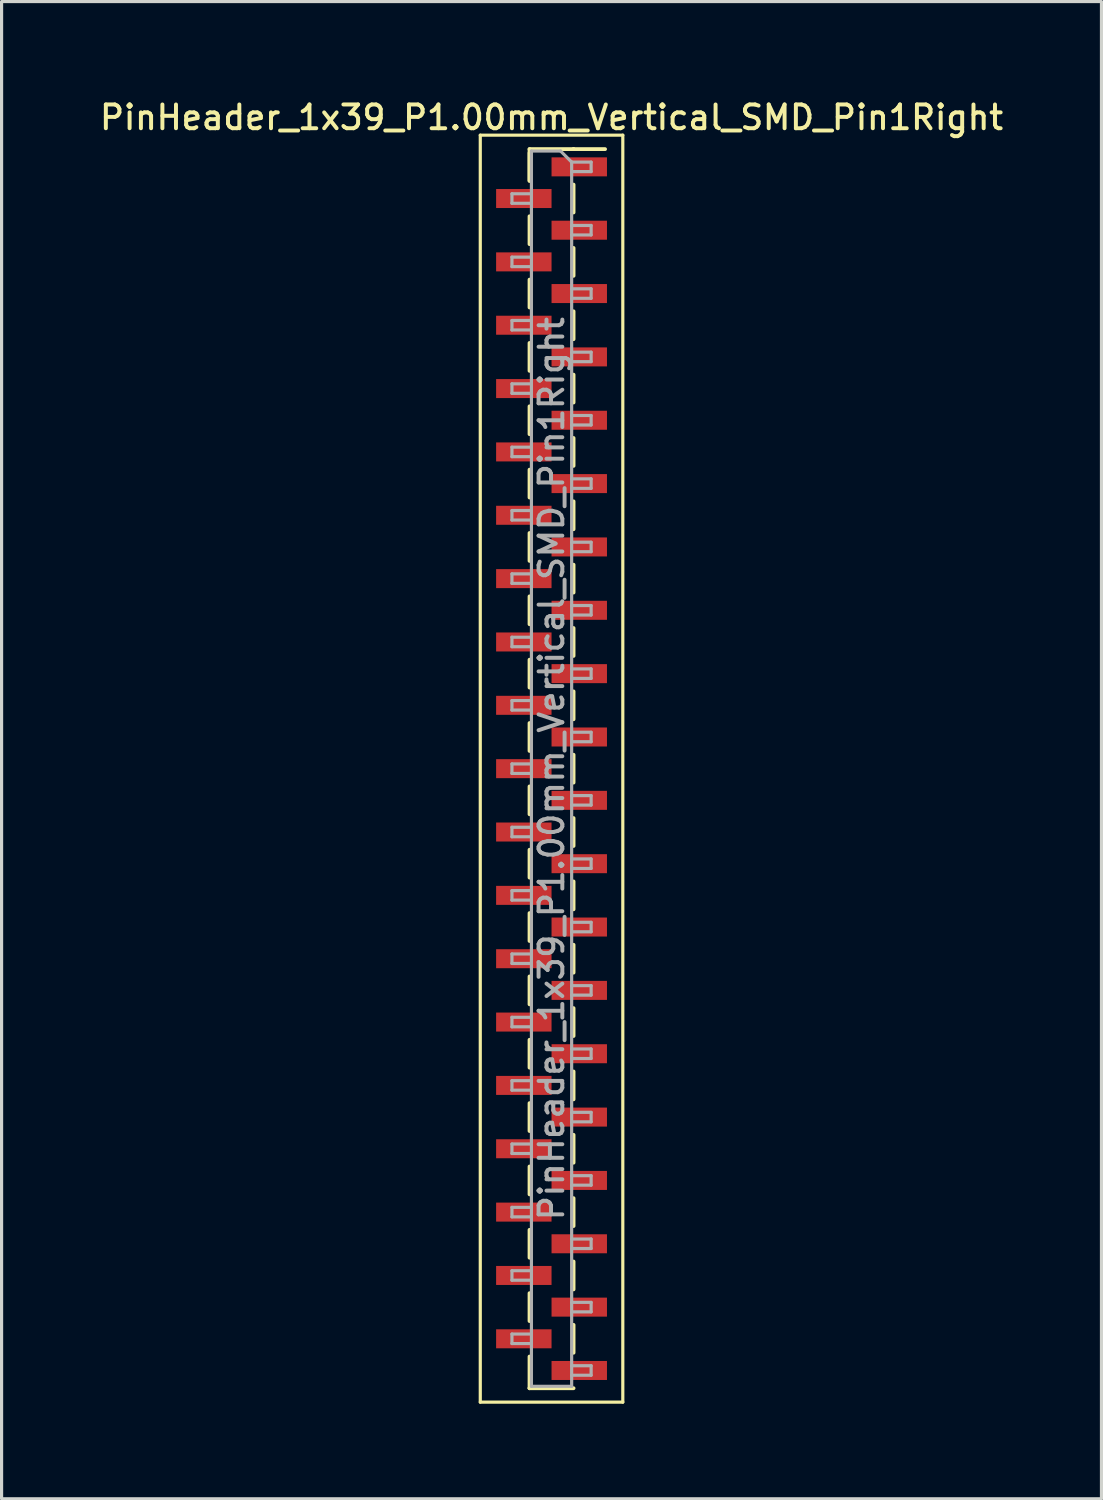
<source format=kicad_pcb>
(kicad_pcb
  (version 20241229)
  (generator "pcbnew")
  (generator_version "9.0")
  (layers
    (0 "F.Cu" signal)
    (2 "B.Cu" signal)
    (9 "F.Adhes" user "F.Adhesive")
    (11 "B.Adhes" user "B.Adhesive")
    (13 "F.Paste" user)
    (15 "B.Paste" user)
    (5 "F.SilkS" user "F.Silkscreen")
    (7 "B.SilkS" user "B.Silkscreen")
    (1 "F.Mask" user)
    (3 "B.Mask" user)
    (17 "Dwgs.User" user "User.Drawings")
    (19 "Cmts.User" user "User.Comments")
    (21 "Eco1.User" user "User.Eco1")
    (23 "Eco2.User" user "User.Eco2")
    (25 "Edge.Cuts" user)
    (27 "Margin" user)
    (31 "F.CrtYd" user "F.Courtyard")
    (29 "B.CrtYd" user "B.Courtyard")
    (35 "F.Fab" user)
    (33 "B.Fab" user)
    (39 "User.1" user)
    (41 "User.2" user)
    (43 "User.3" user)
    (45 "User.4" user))
  (footprint "PinHeader_1x39_P1.00mm_Vertical_SMD_Pin1Right"
    (layer "F.Cu")
    (at 14.363 21.218)
    (property "Reference" "PinHeader_1x39_P1.00mm_Vertical_SMD_Pin1Right" (at 0 -20.56 0) (layer "F.SilkS") (effects (font (size 0.75 0.75) (thickness 0.125))))
    (attr smd)
    (fp_line (start -2.25 -20) (end -2.25 20) (stroke (width 0.1) (type solid)) (layer "F.SilkS"))
    (fp_line (start -2.25 20) (end 2.25 20) (stroke (width 0.1) (type solid)) (layer "F.SilkS"))
    (fp_line (start -0.695 -19.56) (end -0.695 -18.56) (stroke (width 0.12) (type solid)) (layer "F.SilkS"))
    (fp_line (start -0.695 -19.56) (end 0.695 -19.56) (stroke (width 0.12) (type solid)) (layer "F.SilkS"))
    (fp_line (start -0.695 -19.44) (end -0.695 -18.56) (stroke (width 0.12) (type solid)) (layer "F.SilkS"))
    (fp_line (start -0.695 -17.44) (end -0.695 -16.56) (stroke (width 0.12) (type solid)) (layer "F.SilkS"))
    (fp_line (start -0.695 -15.44) (end -0.695 -14.56) (stroke (width 0.12) (type solid)) (layer "F.SilkS"))
    (fp_line (start -0.695 -13.44) (end -0.695 -12.56) (stroke (width 0.12) (type solid)) (layer "F.SilkS"))
    (fp_line (start -0.695 -11.44) (end -0.695 -10.56) (stroke (width 0.12) (type solid)) (layer "F.SilkS"))
    (fp_line (start -0.695 -9.44) (end -0.695 -8.56) (stroke (width 0.12) (type solid)) (layer "F.SilkS"))
    (fp_line (start -0.695 -7.44) (end -0.695 -6.56) (stroke (width 0.12) (type solid)) (layer "F.SilkS"))
    (fp_line (start -0.695 -5.44) (end -0.695 -4.56) (stroke (width 0.12) (type solid)) (layer "F.SilkS"))
    (fp_line (start -0.695 -3.44) (end -0.695 -2.56) (stroke (width 0.12) (type solid)) (layer "F.SilkS"))
    (fp_line (start -0.695 -1.44) (end -0.695 -0.56) (stroke (width 0.12) (type solid)) (layer "F.SilkS"))
    (fp_line (start -0.695 0.56) (end -0.695 1.44) (stroke (width 0.12) (type solid)) (layer "F.SilkS"))
    (fp_line (start -0.695 2.56) (end -0.695 3.44) (stroke (width 0.12) (type solid)) (layer "F.SilkS"))
    (fp_line (start -0.695 4.56) (end -0.695 5.44) (stroke (width 0.12) (type solid)) (layer "F.SilkS"))
    (fp_line (start -0.695 6.56) (end -0.695 7.44) (stroke (width 0.12) (type solid)) (layer "F.SilkS"))
    (fp_line (start -0.695 8.56) (end -0.695 9.44) (stroke (width 0.12) (type solid)) (layer "F.SilkS"))
    (fp_line (start -0.695 10.56) (end -0.695 11.44) (stroke (width 0.12) (type solid)) (layer "F.SilkS"))
    (fp_line (start -0.695 12.56) (end -0.695 13.44) (stroke (width 0.12) (type solid)) (layer "F.SilkS"))
    (fp_line (start -0.695 14.56) (end -0.695 15.44) (stroke (width 0.12) (type solid)) (layer "F.SilkS"))
    (fp_line (start -0.695 16.56) (end -0.695 17.44) (stroke (width 0.12) (type solid)) (layer "F.SilkS"))
    (fp_line (start -0.695 18.56) (end -0.695 19.56) (stroke (width 0.12) (type solid)) (layer "F.SilkS"))
    (fp_line (start -0.695 19.56) (end -0.695 19.56) (stroke (width 0.12) (type solid)) (layer "F.SilkS"))
    (fp_line (start -0.695 19.56) (end 0.695 19.56) (stroke (width 0.12) (type solid)) (layer "F.SilkS"))
    (fp_line (start 0.695 -19.56) (end 0.695 -19.56) (stroke (width 0.12) (type solid)) (layer "F.SilkS"))
    (fp_line (start 0.695 -19.56) (end 1.69 -19.56) (stroke (width 0.12) (type solid)) (layer "F.SilkS"))
    (fp_line (start 0.695 -18.44) (end 0.695 -17.56) (stroke (width 0.12) (type solid)) (layer "F.SilkS"))
    (fp_line (start 0.695 -16.44) (end 0.695 -15.56) (stroke (width 0.12) (type solid)) (layer "F.SilkS"))
    (fp_line (start 0.695 -14.44) (end 0.695 -13.56) (stroke (width 0.12) (type solid)) (layer "F.SilkS"))
    (fp_line (start 0.695 -12.44) (end 0.695 -11.56) (stroke (width 0.12) (type solid)) (layer "F.SilkS"))
    (fp_line (start 0.695 -10.44) (end 0.695 -9.56) (stroke (width 0.12) (type solid)) (layer "F.SilkS"))
    (fp_line (start 0.695 -8.44) (end 0.695 -7.56) (stroke (width 0.12) (type solid)) (layer "F.SilkS"))
    (fp_line (start 0.695 -6.44) (end 0.695 -5.56) (stroke (width 0.12) (type solid)) (layer "F.SilkS"))
    (fp_line (start 0.695 -4.44) (end 0.695 -3.56) (stroke (width 0.12) (type solid)) (layer "F.SilkS"))
    (fp_line (start 0.695 -2.44) (end 0.695 -1.56) (stroke (width 0.12) (type solid)) (layer "F.SilkS"))
    (fp_line (start 0.695 -0.44) (end 0.695 0.44) (stroke (width 0.12) (type solid)) (layer "F.SilkS"))
    (fp_line (start 0.695 1.56) (end 0.695 2.44) (stroke (width 0.12) (type solid)) (layer "F.SilkS"))
    (fp_line (start 0.695 3.56) (end 0.695 4.44) (stroke (width 0.12) (type solid)) (layer "F.SilkS"))
    (fp_line (start 0.695 5.56) (end 0.695 6.44) (stroke (width 0.12) (type solid)) (layer "F.SilkS"))
    (fp_line (start 0.695 7.56) (end 0.695 8.44) (stroke (width 0.12) (type solid)) (layer "F.SilkS"))
    (fp_line (start 0.695 9.56) (end 0.695 10.44) (stroke (width 0.12) (type solid)) (layer "F.SilkS"))
    (fp_line (start 0.695 11.56) (end 0.695 12.44) (stroke (width 0.12) (type solid)) (layer "F.SilkS"))
    (fp_line (start 0.695 13.56) (end 0.695 14.44) (stroke (width 0.12) (type solid)) (layer "F.SilkS"))
    (fp_line (start 0.695 15.56) (end 0.695 16.44) (stroke (width 0.12) (type solid)) (layer "F.SilkS"))
    (fp_line (start 0.695 17.56) (end 0.695 18.44) (stroke (width 0.12) (type solid)) (layer "F.SilkS"))
    (fp_line (start 2.25 -20) (end -2.25 -20) (stroke (width 0.1) (type solid)) (layer "F.SilkS"))
    (fp_line (start 2.25 20) (end 2.25 -20) (stroke (width 0.1) (type solid)) (layer "F.SilkS"))
    (fp_line (start -1.25 -18.15) (end -1.25 -17.85) (stroke (width 0.1) (type solid)) (layer "F.Fab"))
    (fp_line (start -1.25 -17.85) (end -0.635 -17.85) (stroke (width 0.1) (type solid)) (layer "F.Fab"))
    (fp_line (start -1.25 -16.15) (end -1.25 -15.85) (stroke (width 0.1) (type solid)) (layer "F.Fab"))
    (fp_line (start -1.25 -15.85) (end -0.635 -15.85) (stroke (width 0.1) (type solid)) (layer "F.Fab"))
    (fp_line (start -1.25 -14.15) (end -1.25 -13.85) (stroke (width 0.1) (type solid)) (layer "F.Fab"))
    (fp_line (start -1.25 -13.85) (end -0.635 -13.85) (stroke (width 0.1) (type solid)) (layer "F.Fab"))
    (fp_line (start -1.25 -12.15) (end -1.25 -11.85) (stroke (width 0.1) (type solid)) (layer "F.Fab"))
    (fp_line (start -1.25 -11.85) (end -0.635 -11.85) (stroke (width 0.1) (type solid)) (layer "F.Fab"))
    (fp_line (start -1.25 -10.15) (end -1.25 -9.85) (stroke (width 0.1) (type solid)) (layer "F.Fab"))
    (fp_line (start -1.25 -9.85) (end -0.635 -9.85) (stroke (width 0.1) (type solid)) (layer "F.Fab"))
    (fp_line (start -1.25 -8.15) (end -1.25 -7.85) (stroke (width 0.1) (type solid)) (layer "F.Fab"))
    (fp_line (start -1.25 -7.85) (end -0.635 -7.85) (stroke (width 0.1) (type solid)) (layer "F.Fab"))
    (fp_line (start -1.25 -6.15) (end -1.25 -5.85) (stroke (width 0.1) (type solid)) (layer "F.Fab"))
    (fp_line (start -1.25 -5.85) (end -0.635 -5.85) (stroke (width 0.1) (type solid)) (layer "F.Fab"))
    (fp_line (start -1.25 -4.15) (end -1.25 -3.85) (stroke (width 0.1) (type solid)) (layer "F.Fab"))
    (fp_line (start -1.25 -3.85) (end -0.635 -3.85) (stroke (width 0.1) (type solid)) (layer "F.Fab"))
    (fp_line (start -1.25 -2.15) (end -1.25 -1.85) (stroke (width 0.1) (type solid)) (layer "F.Fab"))
    (fp_line (start -1.25 -1.85) (end -0.635 -1.85) (stroke (width 0.1) (type solid)) (layer "F.Fab"))
    (fp_line (start -1.25 -0.15) (end -1.25 0.15) (stroke (width 0.1) (type solid)) (layer "F.Fab"))
    (fp_line (start -1.25 0.15) (end -0.635 0.15) (stroke (width 0.1) (type solid)) (layer "F.Fab"))
    (fp_line (start -1.25 1.85) (end -1.25 2.15) (stroke (width 0.1) (type solid)) (layer "F.Fab"))
    (fp_line (start -1.25 2.15) (end -0.635 2.15) (stroke (width 0.1) (type solid)) (layer "F.Fab"))
    (fp_line (start -1.25 3.85) (end -1.25 4.15) (stroke (width 0.1) (type solid)) (layer "F.Fab"))
    (fp_line (start -1.25 4.15) (end -0.635 4.15) (stroke (width 0.1) (type solid)) (layer "F.Fab"))
    (fp_line (start -1.25 5.85) (end -1.25 6.15) (stroke (width 0.1) (type solid)) (layer "F.Fab"))
    (fp_line (start -1.25 6.15) (end -0.635 6.15) (stroke (width 0.1) (type solid)) (layer "F.Fab"))
    (fp_line (start -1.25 7.85) (end -1.25 8.15) (stroke (width 0.1) (type solid)) (layer "F.Fab"))
    (fp_line (start -1.25 8.15) (end -0.635 8.15) (stroke (width 0.1) (type solid)) (layer "F.Fab"))
    (fp_line (start -1.25 9.85) (end -1.25 10.15) (stroke (width 0.1) (type solid)) (layer "F.Fab"))
    (fp_line (start -1.25 10.15) (end -0.635 10.15) (stroke (width 0.1) (type solid)) (layer "F.Fab"))
    (fp_line (start -1.25 11.85) (end -1.25 12.15) (stroke (width 0.1) (type solid)) (layer "F.Fab"))
    (fp_line (start -1.25 12.15) (end -0.635 12.15) (stroke (width 0.1) (type solid)) (layer "F.Fab"))
    (fp_line (start -1.25 13.85) (end -1.25 14.15) (stroke (width 0.1) (type solid)) (layer "F.Fab"))
    (fp_line (start -1.25 14.15) (end -0.635 14.15) (stroke (width 0.1) (type solid)) (layer "F.Fab"))
    (fp_line (start -1.25 15.85) (end -1.25 16.15) (stroke (width 0.1) (type solid)) (layer "F.Fab"))
    (fp_line (start -1.25 16.15) (end -0.635 16.15) (stroke (width 0.1) (type solid)) (layer "F.Fab"))
    (fp_line (start -1.25 17.85) (end -1.25 18.15) (stroke (width 0.1) (type solid)) (layer "F.Fab"))
    (fp_line (start -1.25 18.15) (end -0.635 18.15) (stroke (width 0.1) (type solid)) (layer "F.Fab"))
    (fp_line (start -0.635 -19.5) (end -0.635 19.5) (stroke (width 0.1) (type solid)) (layer "F.Fab"))
    (fp_line (start -0.635 -19.5) (end 0.285 -19.5) (stroke (width 0.1) (type solid)) (layer "F.Fab"))
    (fp_line (start -0.635 -18.15) (end -1.25 -18.15) (stroke (width 0.1) (type solid)) (layer "F.Fab"))
    (fp_line (start -0.635 -16.15) (end -1.25 -16.15) (stroke (width 0.1) (type solid)) (layer "F.Fab"))
    (fp_line (start -0.635 -14.15) (end -1.25 -14.15) (stroke (width 0.1) (type solid)) (layer "F.Fab"))
    (fp_line (start -0.635 -12.15) (end -1.25 -12.15) (stroke (width 0.1) (type solid)) (layer "F.Fab"))
    (fp_line (start -0.635 -10.15) (end -1.25 -10.15) (stroke (width 0.1) (type solid)) (layer "F.Fab"))
    (fp_line (start -0.635 -8.15) (end -1.25 -8.15) (stroke (width 0.1) (type solid)) (layer "F.Fab"))
    (fp_line (start -0.635 -6.15) (end -1.25 -6.15) (stroke (width 0.1) (type solid)) (layer "F.Fab"))
    (fp_line (start -0.635 -4.15) (end -1.25 -4.15) (stroke (width 0.1) (type solid)) (layer "F.Fab"))
    (fp_line (start -0.635 -2.15) (end -1.25 -2.15) (stroke (width 0.1) (type solid)) (layer "F.Fab"))
    (fp_line (start -0.635 -0.15) (end -1.25 -0.15) (stroke (width 0.1) (type solid)) (layer "F.Fab"))
    (fp_line (start -0.635 1.85) (end -1.25 1.85) (stroke (width 0.1) (type solid)) (layer "F.Fab"))
    (fp_line (start -0.635 3.85) (end -1.25 3.85) (stroke (width 0.1) (type solid)) (layer "F.Fab"))
    (fp_line (start -0.635 5.85) (end -1.25 5.85) (stroke (width 0.1) (type solid)) (layer "F.Fab"))
    (fp_line (start -0.635 7.85) (end -1.25 7.85) (stroke (width 0.1) (type solid)) (layer "F.Fab"))
    (fp_line (start -0.635 9.85) (end -1.25 9.85) (stroke (width 0.1) (type solid)) (layer "F.Fab"))
    (fp_line (start -0.635 11.85) (end -1.25 11.85) (stroke (width 0.1) (type solid)) (layer "F.Fab"))
    (fp_line (start -0.635 13.85) (end -1.25 13.85) (stroke (width 0.1) (type solid)) (layer "F.Fab"))
    (fp_line (start -0.635 15.85) (end -1.25 15.85) (stroke (width 0.1) (type solid)) (layer "F.Fab"))
    (fp_line (start -0.635 17.85) (end -1.25 17.85) (stroke (width 0.1) (type solid)) (layer "F.Fab"))
    (fp_line (start 0.635 -19.15) (end 0.285 -19.5) (stroke (width 0.1) (type solid)) (layer "F.Fab"))
    (fp_line (start 0.635 -19.15) (end 1.25 -19.15) (stroke (width 0.1) (type solid)) (layer "F.Fab"))
    (fp_line (start 0.635 -17.15) (end 1.25 -17.15) (stroke (width 0.1) (type solid)) (layer "F.Fab"))
    (fp_line (start 0.635 -15.15) (end 1.25 -15.15) (stroke (width 0.1) (type solid)) (layer "F.Fab"))
    (fp_line (start 0.635 -13.15) (end 1.25 -13.15) (stroke (width 0.1) (type solid)) (layer "F.Fab"))
    (fp_line (start 0.635 -11.15) (end 1.25 -11.15) (stroke (width 0.1) (type solid)) (layer "F.Fab"))
    (fp_line (start 0.635 -9.15) (end 1.25 -9.15) (stroke (width 0.1) (type solid)) (layer "F.Fab"))
    (fp_line (start 0.635 -7.15) (end 1.25 -7.15) (stroke (width 0.1) (type solid)) (layer "F.Fab"))
    (fp_line (start 0.635 -5.15) (end 1.25 -5.15) (stroke (width 0.1) (type solid)) (layer "F.Fab"))
    (fp_line (start 0.635 -3.15) (end 1.25 -3.15) (stroke (width 0.1) (type solid)) (layer "F.Fab"))
    (fp_line (start 0.635 -1.15) (end 1.25 -1.15) (stroke (width 0.1) (type solid)) (layer "F.Fab"))
    (fp_line (start 0.635 0.85) (end 1.25 0.85) (stroke (width 0.1) (type solid)) (layer "F.Fab"))
    (fp_line (start 0.635 2.85) (end 1.25 2.85) (stroke (width 0.1) (type solid)) (layer "F.Fab"))
    (fp_line (start 0.635 4.85) (end 1.25 4.85) (stroke (width 0.1) (type solid)) (layer "F.Fab"))
    (fp_line (start 0.635 6.85) (end 1.25 6.85) (stroke (width 0.1) (type solid)) (layer "F.Fab"))
    (fp_line (start 0.635 8.85) (end 1.25 8.85) (stroke (width 0.1) (type solid)) (layer "F.Fab"))
    (fp_line (start 0.635 10.85) (end 1.25 10.85) (stroke (width 0.1) (type solid)) (layer "F.Fab"))
    (fp_line (start 0.635 12.85) (end 1.25 12.85) (stroke (width 0.1) (type solid)) (layer "F.Fab"))
    (fp_line (start 0.635 14.85) (end 1.25 14.85) (stroke (width 0.1) (type solid)) (layer "F.Fab"))
    (fp_line (start 0.635 16.85) (end 1.25 16.85) (stroke (width 0.1) (type solid)) (layer "F.Fab"))
    (fp_line (start 0.635 18.85) (end 1.25 18.85) (stroke (width 0.1) (type solid)) (layer "F.Fab"))
    (fp_line (start 0.635 19.5) (end -0.635 19.5) (stroke (width 0.1) (type solid)) (layer "F.Fab"))
    (fp_line (start 0.635 19.5) (end 0.635 -19.15) (stroke (width 0.1) (type solid)) (layer "F.Fab"))
    (fp_line (start 1.25 -19.15) (end 1.25 -18.85) (stroke (width 0.1) (type solid)) (layer "F.Fab"))
    (fp_line (start 1.25 -18.85) (end 0.635 -18.85) (stroke (width 0.1) (type solid)) (layer "F.Fab"))
    (fp_line (start 1.25 -17.15) (end 1.25 -16.85) (stroke (width 0.1) (type solid)) (layer "F.Fab"))
    (fp_line (start 1.25 -16.85) (end 0.635 -16.85) (stroke (width 0.1) (type solid)) (layer "F.Fab"))
    (fp_line (start 1.25 -15.15) (end 1.25 -14.85) (stroke (width 0.1) (type solid)) (layer "F.Fab"))
    (fp_line (start 1.25 -14.85) (end 0.635 -14.85) (stroke (width 0.1) (type solid)) (layer "F.Fab"))
    (fp_line (start 1.25 -13.15) (end 1.25 -12.85) (stroke (width 0.1) (type solid)) (layer "F.Fab"))
    (fp_line (start 1.25 -12.85) (end 0.635 -12.85) (stroke (width 0.1) (type solid)) (layer "F.Fab"))
    (fp_line (start 1.25 -11.15) (end 1.25 -10.85) (stroke (width 0.1) (type solid)) (layer "F.Fab"))
    (fp_line (start 1.25 -10.85) (end 0.635 -10.85) (stroke (width 0.1) (type solid)) (layer "F.Fab"))
    (fp_line (start 1.25 -9.15) (end 1.25 -8.85) (stroke (width 0.1) (type solid)) (layer "F.Fab"))
    (fp_line (start 1.25 -8.85) (end 0.635 -8.85) (stroke (width 0.1) (type solid)) (layer "F.Fab"))
    (fp_line (start 1.25 -7.15) (end 1.25 -6.85) (stroke (width 0.1) (type solid)) (layer "F.Fab"))
    (fp_line (start 1.25 -6.85) (end 0.635 -6.85) (stroke (width 0.1) (type solid)) (layer "F.Fab"))
    (fp_line (start 1.25 -5.15) (end 1.25 -4.85) (stroke (width 0.1) (type solid)) (layer "F.Fab"))
    (fp_line (start 1.25 -4.85) (end 0.635 -4.85) (stroke (width 0.1) (type solid)) (layer "F.Fab"))
    (fp_line (start 1.25 -3.15) (end 1.25 -2.85) (stroke (width 0.1) (type solid)) (layer "F.Fab"))
    (fp_line (start 1.25 -2.85) (end 0.635 -2.85) (stroke (width 0.1) (type solid)) (layer "F.Fab"))
    (fp_line (start 1.25 -1.15) (end 1.25 -0.85) (stroke (width 0.1) (type solid)) (layer "F.Fab"))
    (fp_line (start 1.25 -0.85) (end 0.635 -0.85) (stroke (width 0.1) (type solid)) (layer "F.Fab"))
    (fp_line (start 1.25 0.85) (end 1.25 1.15) (stroke (width 0.1) (type solid)) (layer "F.Fab"))
    (fp_line (start 1.25 1.15) (end 0.635 1.15) (stroke (width 0.1) (type solid)) (layer "F.Fab"))
    (fp_line (start 1.25 2.85) (end 1.25 3.15) (stroke (width 0.1) (type solid)) (layer "F.Fab"))
    (fp_line (start 1.25 3.15) (end 0.635 3.15) (stroke (width 0.1) (type solid)) (layer "F.Fab"))
    (fp_line (start 1.25 4.85) (end 1.25 5.15) (stroke (width 0.1) (type solid)) (layer "F.Fab"))
    (fp_line (start 1.25 5.15) (end 0.635 5.15) (stroke (width 0.1) (type solid)) (layer "F.Fab"))
    (fp_line (start 1.25 6.85) (end 1.25 7.15) (stroke (width 0.1) (type solid)) (layer "F.Fab"))
    (fp_line (start 1.25 7.15) (end 0.635 7.15) (stroke (width 0.1) (type solid)) (layer "F.Fab"))
    (fp_line (start 1.25 8.85) (end 1.25 9.15) (stroke (width 0.1) (type solid)) (layer "F.Fab"))
    (fp_line (start 1.25 9.15) (end 0.635 9.15) (stroke (width 0.1) (type solid)) (layer "F.Fab"))
    (fp_line (start 1.25 10.85) (end 1.25 11.15) (stroke (width 0.1) (type solid)) (layer "F.Fab"))
    (fp_line (start 1.25 11.15) (end 0.635 11.15) (stroke (width 0.1) (type solid)) (layer "F.Fab"))
    (fp_line (start 1.25 12.85) (end 1.25 13.15) (stroke (width 0.1) (type solid)) (layer "F.Fab"))
    (fp_line (start 1.25 13.15) (end 0.635 13.15) (stroke (width 0.1) (type solid)) (layer "F.Fab"))
    (fp_line (start 1.25 14.85) (end 1.25 15.15) (stroke (width 0.1) (type solid)) (layer "F.Fab"))
    (fp_line (start 1.25 15.15) (end 0.635 15.15) (stroke (width 0.1) (type solid)) (layer "F.Fab"))
    (fp_line (start 1.25 16.85) (end 1.25 17.15) (stroke (width 0.1) (type solid)) (layer "F.Fab"))
    (fp_line (start 1.25 17.15) (end 0.635 17.15) (stroke (width 0.1) (type solid)) (layer "F.Fab"))
    (fp_line (start 1.25 18.85) (end 1.25 19.15) (stroke (width 0.1) (type solid)) (layer "F.Fab"))
    (fp_line (start 1.25 19.15) (end 0.635 19.15) (stroke (width 0.1) (type solid)) (layer "F.Fab"))
    (fp_text user "${REFERENCE}" (at 0 0 90) (layer "F.Fab") (effects (font (size 0.75 0.75) (thickness 0.125))))
    (pad "1" smd rect (at 0.875 -19) (size 1.75 0.6) (layers "F.Cu" "F.Mask" "F.Paste"))
    (pad "2" smd rect (at -0.875 -18) (size 1.75 0.6) (layers "F.Cu" "F.Mask" "F.Paste"))
    (pad "3" smd rect (at 0.875 -17) (size 1.75 0.6) (layers "F.Cu" "F.Mask" "F.Paste"))
    (pad "4" smd rect (at -0.875 -16) (size 1.75 0.6) (layers "F.Cu" "F.Mask" "F.Paste"))
    (pad "5" smd rect (at 0.875 -15) (size 1.75 0.6) (layers "F.Cu" "F.Mask" "F.Paste"))
    (pad "6" smd rect (at -0.875 -14) (size 1.75 0.6) (layers "F.Cu" "F.Mask" "F.Paste"))
    (pad "7" smd rect (at 0.875 -13) (size 1.75 0.6) (layers "F.Cu" "F.Mask" "F.Paste"))
    (pad "8" smd rect (at -0.875 -12) (size 1.75 0.6) (layers "F.Cu" "F.Mask" "F.Paste"))
    (pad "9" smd rect (at 0.875 -11) (size 1.75 0.6) (layers "F.Cu" "F.Mask" "F.Paste"))
    (pad "10" smd rect (at -0.875 -10) (size 1.75 0.6) (layers "F.Cu" "F.Mask" "F.Paste"))
    (pad "11" smd rect (at 0.875 -9) (size 1.75 0.6) (layers "F.Cu" "F.Mask" "F.Paste"))
    (pad "12" smd rect (at -0.875 -8) (size 1.75 0.6) (layers "F.Cu" "F.Mask" "F.Paste"))
    (pad "13" smd rect (at 0.875 -7) (size 1.75 0.6) (layers "F.Cu" "F.Mask" "F.Paste"))
    (pad "14" smd rect (at -0.875 -6) (size 1.75 0.6) (layers "F.Cu" "F.Mask" "F.Paste"))
    (pad "15" smd rect (at 0.875 -5) (size 1.75 0.6) (layers "F.Cu" "F.Mask" "F.Paste"))
    (pad "16" smd rect (at -0.875 -4) (size 1.75 0.6) (layers "F.Cu" "F.Mask" "F.Paste"))
    (pad "17" smd rect (at 0.875 -3) (size 1.75 0.6) (layers "F.Cu" "F.Mask" "F.Paste"))
    (pad "18" smd rect (at -0.875 -2) (size 1.75 0.6) (layers "F.Cu" "F.Mask" "F.Paste"))
    (pad "19" smd rect (at 0.875 -1) (size 1.75 0.6) (layers "F.Cu" "F.Mask" "F.Paste"))
    (pad "20" smd rect (at -0.875 0) (size 1.75 0.6) (layers "F.Cu" "F.Mask" "F.Paste"))
    (pad "21" smd rect (at 0.875 1) (size 1.75 0.6) (layers "F.Cu" "F.Mask" "F.Paste"))
    (pad "22" smd rect (at -0.875 2) (size 1.75 0.6) (layers "F.Cu" "F.Mask" "F.Paste"))
    (pad "23" smd rect (at 0.875 3) (size 1.75 0.6) (layers "F.Cu" "F.Mask" "F.Paste"))
    (pad "24" smd rect (at -0.875 4) (size 1.75 0.6) (layers "F.Cu" "F.Mask" "F.Paste"))
    (pad "25" smd rect (at 0.875 5) (size 1.75 0.6) (layers "F.Cu" "F.Mask" "F.Paste"))
    (pad "26" smd rect (at -0.875 6) (size 1.75 0.6) (layers "F.Cu" "F.Mask" "F.Paste"))
    (pad "27" smd rect (at 0.875 7) (size 1.75 0.6) (layers "F.Cu" "F.Mask" "F.Paste"))
    (pad "28" smd rect (at -0.875 8) (size 1.75 0.6) (layers "F.Cu" "F.Mask" "F.Paste"))
    (pad "29" smd rect (at 0.875 9) (size 1.75 0.6) (layers "F.Cu" "F.Mask" "F.Paste"))
    (pad "30" smd rect (at -0.875 10) (size 1.75 0.6) (layers "F.Cu" "F.Mask" "F.Paste"))
    (pad "31" smd rect (at 0.875 11) (size 1.75 0.6) (layers "F.Cu" "F.Mask" "F.Paste"))
    (pad "32" smd rect (at -0.875 12) (size 1.75 0.6) (layers "F.Cu" "F.Mask" "F.Paste"))
    (pad "33" smd rect (at 0.875 13) (size 1.75 0.6) (layers "F.Cu" "F.Mask" "F.Paste"))
    (pad "34" smd rect (at -0.875 14) (size 1.75 0.6) (layers "F.Cu" "F.Mask" "F.Paste"))
    (pad "35" smd rect (at 0.875 15) (size 1.75 0.6) (layers "F.Cu" "F.Mask" "F.Paste"))
    (pad "36" smd rect (at -0.875 16) (size 1.75 0.6) (layers "F.Cu" "F.Mask" "F.Paste"))
    (pad "37" smd rect (at 0.875 17) (size 1.75 0.6) (layers "F.Cu" "F.Mask" "F.Paste"))
    (pad "38" smd rect (at -0.875 18) (size 1.75 0.6) (layers "F.Cu" "F.Mask" "F.Paste"))
    (pad "39" smd rect (at 0.875 19) (size 1.75 0.6) (layers "F.Cu" "F.Mask" "F.Paste")))
  (gr_rect
    (start -3 -3)
    (end 31.725 44.268)
    (stroke (width 0.1) (type default))
    (fill no)
    (layer "Edge.Cuts")))
</source>
